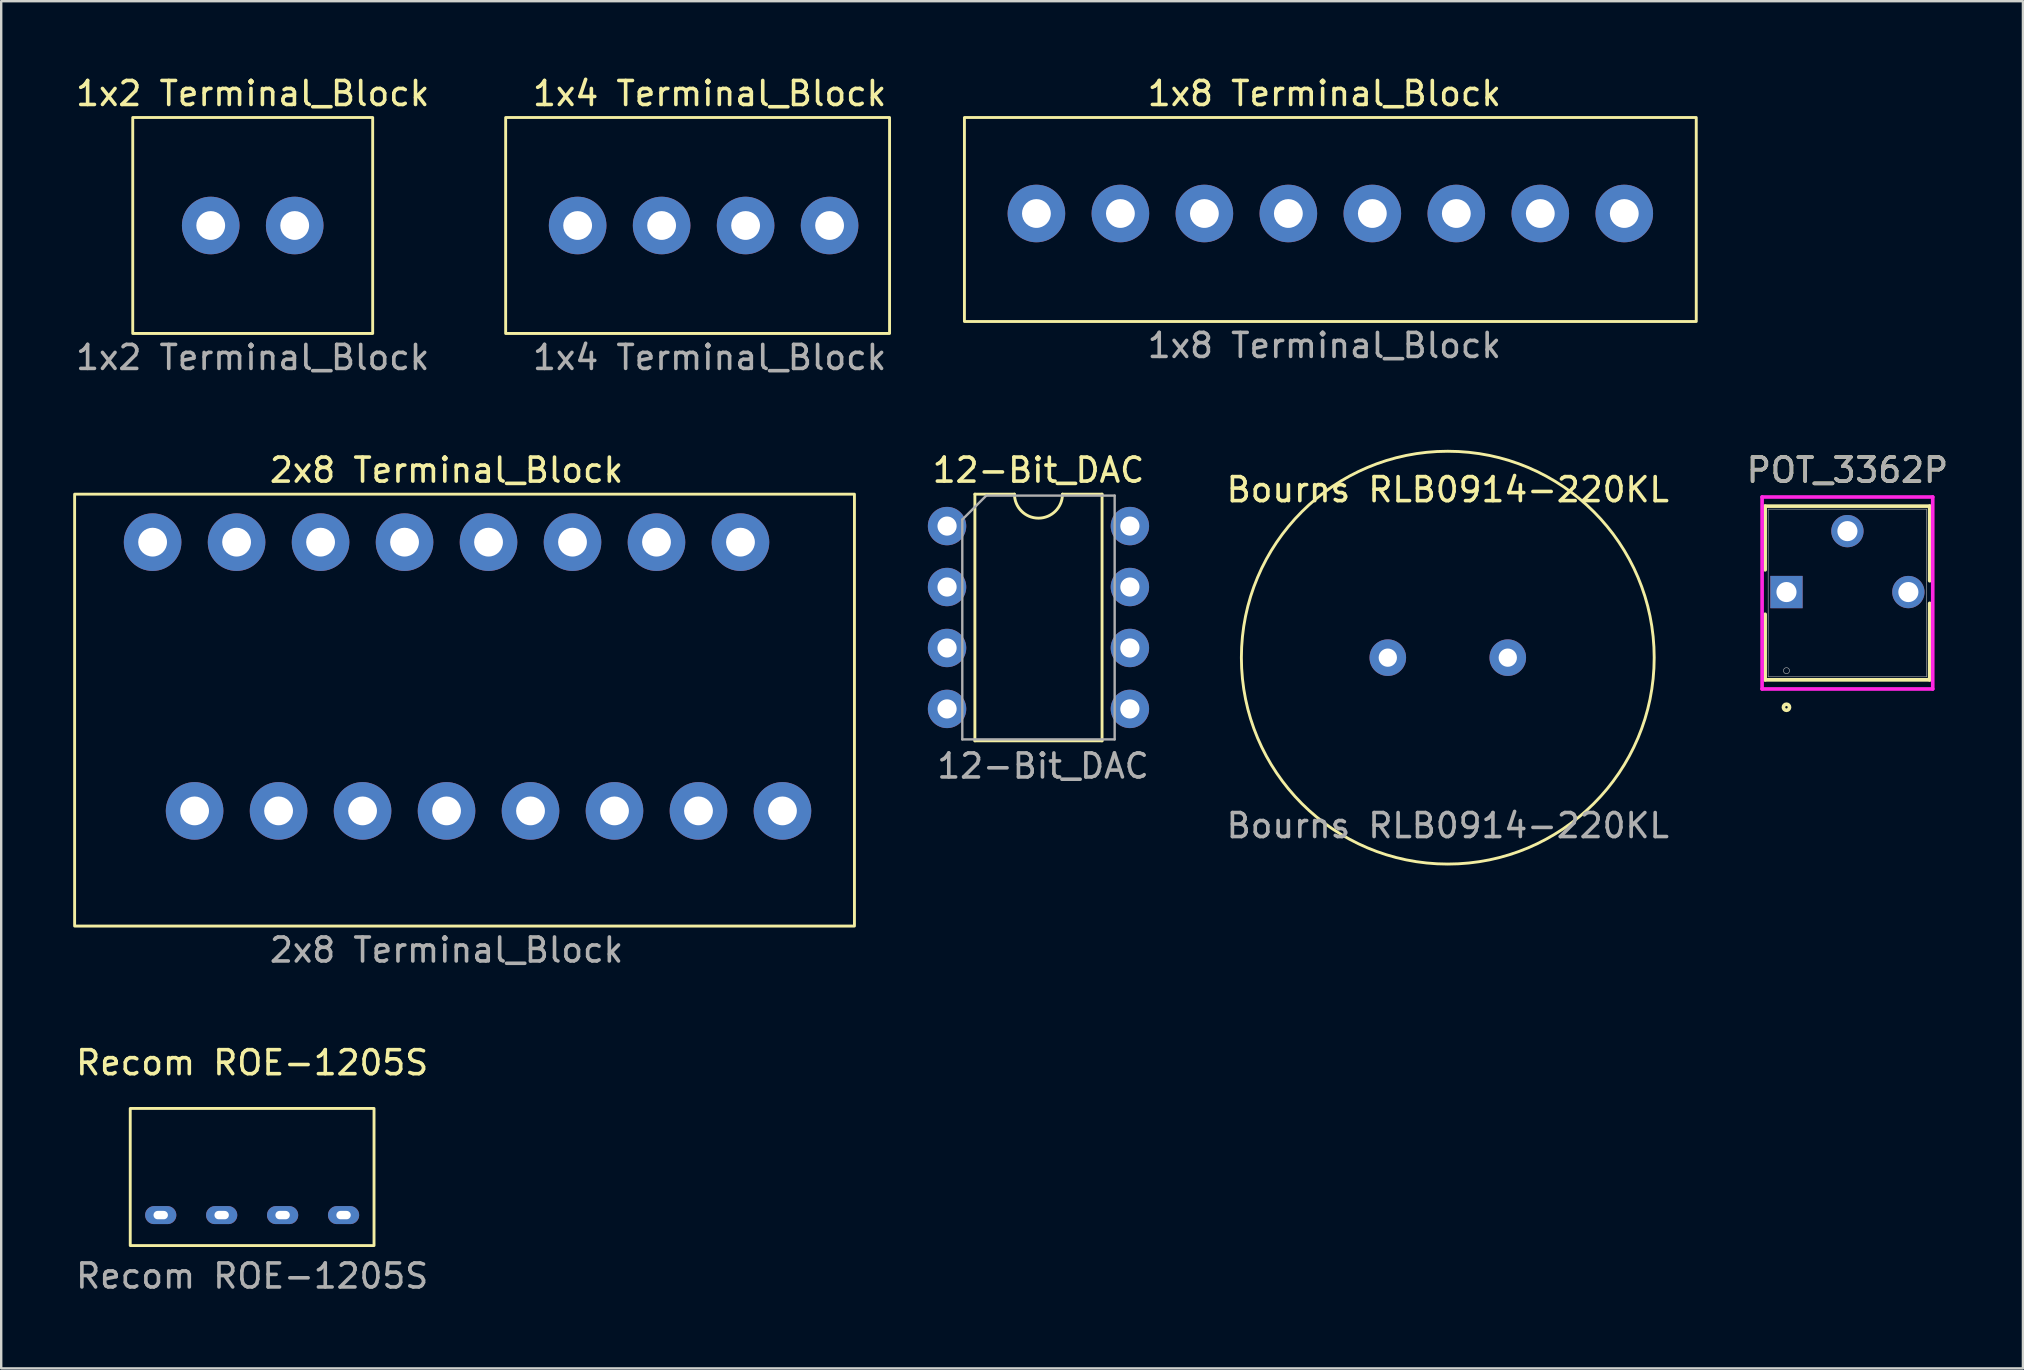
<source format=kicad_pcb>
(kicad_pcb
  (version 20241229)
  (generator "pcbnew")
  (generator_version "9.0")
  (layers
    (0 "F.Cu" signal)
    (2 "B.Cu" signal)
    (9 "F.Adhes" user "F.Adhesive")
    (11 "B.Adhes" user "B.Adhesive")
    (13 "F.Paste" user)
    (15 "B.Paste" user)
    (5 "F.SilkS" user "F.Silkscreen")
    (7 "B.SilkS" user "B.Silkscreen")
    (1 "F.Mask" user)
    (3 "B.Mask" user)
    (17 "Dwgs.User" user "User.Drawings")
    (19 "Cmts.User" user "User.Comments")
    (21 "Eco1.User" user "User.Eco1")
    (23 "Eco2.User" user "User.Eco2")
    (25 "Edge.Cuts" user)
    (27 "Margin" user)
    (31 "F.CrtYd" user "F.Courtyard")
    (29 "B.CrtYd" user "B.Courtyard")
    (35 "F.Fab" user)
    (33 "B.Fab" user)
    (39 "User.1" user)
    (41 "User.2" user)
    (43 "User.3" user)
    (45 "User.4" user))
  (footprint "Recom ROE-1205S"
    (layer "F.Cu")
    (at 7.458 46.321)
    (property "Reference" "Recom ROE-1205S" (at 0 -5.08 0) (unlocked yes) (layer "F.SilkS") (effects (font (size 1 1) (thickness 0.15))))
    (attr through_hole)
    (fp_rect (start -5.08 2.54) (end 5.08 -3.175) (stroke (width 0.12) (type solid)) (fill no) (layer "F.SilkS"))
    (fp_text user "${REFERENCE}" (at 0 3.81 0) (unlocked yes) (layer "F.Fab") (effects (font (size 1 1) (thickness 0.15))))
    (pad "1" thru_hole oval (at -3.81 1.27) (size 1.3 0.75) (drill oval 0.6 0.35) (layers "*.Cu" "*.Mask"))
    (pad "2" thru_hole oval (at -1.27 1.27) (size 1.3 0.75) (drill oval 0.6 0.35) (layers "*.Cu" "*.Mask"))
    (pad "3" thru_hole oval (at 1.27 1.27) (size 1.3 0.75) (drill oval 0.6 0.35) (layers "*.Cu" "*.Mask"))
    (pad "4" thru_hole oval (at 3.81 1.27) (size 1.3 0.75) (drill oval 0.6 0.35) (layers "*.Cu" "*.Mask")))
  (footprint "Bourns RLB0914-220KL"
    (layer "F.Cu")
    (at 57.289 24.359)
    (property "Reference" "Bourns RLB0914-220KL" (at 0 -7 0) (unlocked yes) (layer "F.SilkS") (effects (font (size 1 1) (thickness 0.15))))
    (attr through_hole)
    (fp_circle (center 0 0) (end 7 5) (stroke (width 0.12) (type solid)) (fill no) (layer "F.SilkS"))
    (fp_text user "${REFERENCE}" (at 0 7 0) (unlocked yes) (layer "F.Fab") (effects (font (size 1 1) (thickness 0.15))))
    (pad "1" thru_hole circle (at -2.5 0) (size 1.524 1.524) (drill 0.762) (layers "*.Cu" "*.Mask"))
    (pad "2" thru_hole circle (at 2.5 0) (size 1.524 1.524) (drill 0.762) (layers "*.Cu" "*.Mask")))
  (footprint "1x8 Terminal_Block"
    (layer "F.Cu")
    (at 52.144 5.848)
    (property "Reference" "1x8 Terminal_Block" (at 0 -5 0) (unlocked yes) (layer "F.SilkS") (effects (font (size 1 1) (thickness 0.15))))
    (attr through_hole)
    (fp_rect (start -15 -4) (end 15.5 4.5) (stroke (width 0.12) (type solid)) (fill no) (layer "F.SilkS"))
    (fp_text user "${REFERENCE}" (at 0 5.5 0) (unlocked yes) (layer "F.Fab") (effects (font (size 1 1) (thickness 0.15))))
    (pad "1" thru_hole circle (at -12 0) (size 2.4 2.4) (drill 1.2) (layers "*.Cu" "*.Mask"))
    (pad "2" thru_hole circle (at -8.5 0) (size 2.4 2.4) (drill 1.2) (layers "*.Cu" "*.Mask"))
    (pad "3" thru_hole circle (at -5 0) (size 2.4 2.4) (drill 1.2) (layers "*.Cu" "*.Mask"))
    (pad "4" thru_hole circle (at -1.5 0) (size 2.4 2.4) (drill 1.2) (layers "*.Cu" "*.Mask"))
    (pad "5" thru_hole circle (at 2 0) (size 2.4 2.4) (drill 1.2) (layers "*.Cu" "*.Mask"))
    (pad "6" thru_hole circle (at 5.5 0) (size 2.4 2.4) (drill 1.2) (layers "*.Cu" "*.Mask"))
    (pad "7" thru_hole circle (at 9 0) (size 2.4 2.4) (drill 1.2) (layers "*.Cu" "*.Mask"))
    (pad "8" thru_hole circle (at 12.5 0) (size 2.4 2.4) (drill 1.2) (layers "*.Cu" "*.Mask")))
  (footprint "2x8 Terminal_Block"
    (layer "F.Cu")
    (at 15.56 26.545)
    (property "Reference" "2x8 Terminal_Block" (at 0 -10 0) (unlocked yes) (layer "F.SilkS") (effects (font (size 1 1) (thickness 0.15))))
    (attr through_hole)
    (fp_rect (start -15.5 -9) (end 17 9) (stroke (width 0.12) (type solid)) (fill no) (layer "F.SilkS"))
    (fp_text user "${REFERENCE}" (at 0 10 0) (unlocked yes) (layer "F.Fab") (effects (font (size 1 1) (thickness 0.15))))
    (pad "1" thru_hole circle (at -12.25 -7) (size 2.4 2.4) (drill 1.2) (layers "*.Cu" "*.Mask"))
    (pad "2" thru_hole circle (at -8.75 -7) (size 2.4 2.4) (drill 1.2) (layers "*.Cu" "*.Mask"))
    (pad "3" thru_hole circle (at -5.25 -7) (size 2.4 2.4) (drill 1.2) (layers "*.Cu" "*.Mask"))
    (pad "4" thru_hole circle (at -1.75 -7) (size 2.4 2.4) (drill 1.2) (layers "*.Cu" "*.Mask"))
    (pad "5" thru_hole circle (at 1.75 -7) (size 2.4 2.4) (drill 1.2) (layers "*.Cu" "*.Mask"))
    (pad "6" thru_hole circle (at 5.25 -7) (size 2.4 2.4) (drill 1.2) (layers "*.Cu" "*.Mask"))
    (pad "7" thru_hole circle (at 8.75 -7) (size 2.4 2.4) (drill 1.2) (layers "*.Cu" "*.Mask"))
    (pad "8" thru_hole circle (at 12.25 -7) (size 2.4 2.4) (drill 1.2) (layers "*.Cu" "*.Mask"))
    (pad "9" thru_hole circle (at -10.5 4.2) (size 2.4 2.4) (drill 1.2) (layers "*.Cu" "*.Mask"))
    (pad "10" thru_hole circle (at -7 4.2) (size 2.4 2.4) (drill 1.2) (layers "*.Cu" "*.Mask"))
    (pad "11" thru_hole circle (at -3.5 4.2) (size 2.4 2.4) (drill 1.2) (layers "*.Cu" "*.Mask"))
    (pad "12" thru_hole circle (at 0 4.2) (size 2.4 2.4) (drill 1.2) (layers "*.Cu" "*.Mask"))
    (pad "13" thru_hole circle (at 3.5 4.2) (size 2.4 2.4) (drill 1.2) (layers "*.Cu" "*.Mask"))
    (pad "14" thru_hole circle (at 7 4.2) (size 2.4 2.4) (drill 1.2) (layers "*.Cu" "*.Mask"))
    (pad "15" thru_hole circle (at 10.5 4.2) (size 2.4 2.4) (drill 1.2) (layers "*.Cu" "*.Mask"))
    (pad "16" thru_hole circle (at 14 4.2) (size 2.4 2.4) (drill 1.2) (layers "*.Cu" "*.Mask")))
  (footprint "1x2 Terminal_Block"
    (layer "F.Cu")
    (at 7.482 6.348)
    (property "Reference" "1x2 Terminal_Block" (at 0 -5.5 0) (unlocked yes) (layer "F.SilkS") (effects (font (size 1 1) (thickness 0.15))))
    (attr through_hole)
    (fp_rect (start -5 -4.5) (end 5 4.5) (stroke (width 0.12) (type solid)) (fill no) (layer "F.SilkS"))
    (fp_text user "${REFERENCE}" (at 0 5.5 0) (unlocked yes) (layer "F.Fab") (effects (font (size 1 1) (thickness 0.15))))
    (pad "1" thru_hole circle (at -1.75 0) (size 2.4 2.4) (drill 1.2) (layers "*.Cu" "*.Mask"))
    (pad "2" thru_hole circle (at 1.75 0) (size 2.4 2.4) (drill 1.2) (layers "*.Cu" "*.Mask")))
  (footprint "POT_3362P"
    (layer "F.Cu")
    (at 71.404 21.625)
    (property "Reference" "POT_3362P" (at 2.54 -5.08 0) (unlocked yes) (layer "F.SilkS") (effects (font (size 1 1) (thickness 0.15))))
    (attr through_hole)
    (fp_line (start -0.889 -3.581) (end -0.889 -0.926) (stroke (width 0.152) (type solid)) (layer "F.SilkS"))
    (fp_line (start -0.889 0.926) (end -0.889 3.658) (stroke (width 0.152) (type solid)) (layer "F.SilkS"))
    (fp_line (start -0.889 3.658) (end 5.969 3.658) (stroke (width 0.152) (type solid)) (layer "F.SilkS"))
    (fp_line (start 5.969 -3.581) (end -0.889 -3.581) (stroke (width 0.152) (type solid)) (layer "F.SilkS"))
    (fp_line (start 5.969 -0.471) (end 5.969 -3.581) (stroke (width 0.152) (type solid)) (layer "F.SilkS"))
    (fp_line (start 5.969 3.658) (end 5.969 0.471) (stroke (width 0.152) (type solid)) (layer "F.SilkS"))
    (fp_circle (center 0 4.801) (end 0.127 4.801) (stroke (width 0.152) (type solid)) (fill no) (layer "F.SilkS"))
    (fp_line (start -1.016 -3.962) (end 6.096 -3.962) (stroke (width 0.152) (type solid)) (layer "F.CrtYd"))
    (fp_line (start -1.016 4.039) (end -1.016 -3.962) (stroke (width 0.152) (type solid)) (layer "F.CrtYd"))
    (fp_line (start 6.096 -3.962) (end 6.096 4.039) (stroke (width 0.152) (type solid)) (layer "F.CrtYd"))
    (fp_line (start 6.096 4.039) (end -1.016 4.039) (stroke (width 0.152) (type solid)) (layer "F.CrtYd"))
    (fp_line (start -0.762 -3.454) (end -0.762 3.531) (stroke (width 0.025) (type solid)) (layer "F.Fab"))
    (fp_line (start -0.762 3.531) (end 5.842 3.531) (stroke (width 0.025) (type solid)) (layer "F.Fab"))
    (fp_line (start 5.842 -3.454) (end -0.762 -3.454) (stroke (width 0.025) (type solid)) (layer "F.Fab"))
    (fp_line (start 5.842 3.531) (end 5.842 -3.454) (stroke (width 0.025) (type solid)) (layer "F.Fab"))
    (fp_circle (center 0 3.277) (end 0.127 3.277) (stroke (width 0.025) (type solid)) (fill no) (layer "F.Fab"))
    (fp_text user "${REFERENCE}" (at 2.54 -5.08 0) (unlocked yes) (layer "F.Fab") (effects (font (size 1 1) (thickness 0.15))))
    (pad "1" thru_hole rect (at 0 0) (size 1.346 1.346) (drill 0.838) (layers "*.Cu" "*.Mask"))
    (pad "2" thru_hole circle (at 2.54 -2.54) (size 1.346 1.346) (drill 0.838) (layers "*.Cu" "*.Mask"))
    (pad "3" thru_hole circle (at 5.08 0) (size 1.346 1.346) (drill 0.838) (layers "*.Cu" "*.Mask")))
  (footprint "12-Bit_DAC"
    (layer "F.Cu")
    (at 36.42 18.875)
    (property "Reference" "12-Bit_DAC" (at 3.81 -2.33 0) (layer "F.SilkS") (effects (font (size 1 1) (thickness 0.15))))
    (attr through_hole)
    (fp_line (start 1.16 -1.33) (end 1.16 8.95) (stroke (width 0.12) (type solid)) (layer "F.SilkS"))
    (fp_line (start 1.16 8.95) (end 6.46 8.95) (stroke (width 0.12) (type solid)) (layer "F.SilkS"))
    (fp_line (start 2.81 -1.33) (end 1.16 -1.33) (stroke (width 0.12) (type solid)) (layer "F.SilkS"))
    (fp_line (start 6.46 -1.33) (end 4.81 -1.33) (stroke (width 0.12) (type solid)) (layer "F.SilkS"))
    (fp_line (start 6.46 8.95) (end 6.46 -1.33) (stroke (width 0.12) (type solid)) (layer "F.SilkS"))
    (fp_arc (start 4.81 -1.33) (mid 3.81 -0.33) (end 2.81 -1.33) (stroke (width 0.12) (type solid)) (layer "F.SilkS"))
    (fp_line (start 0.635 -0.27) (end 1.635 -1.27) (stroke (width 0.1) (type solid)) (layer "F.Fab"))
    (fp_line (start 0.635 8.89) (end 0.635 -0.27) (stroke (width 0.1) (type solid)) (layer "F.Fab"))
    (fp_line (start 1.635 -1.27) (end 6.985 -1.27) (stroke (width 0.1) (type solid)) (layer "F.Fab"))
    (fp_line (start 6.985 -1.27) (end 6.985 8.89) (stroke (width 0.1) (type solid)) (layer "F.Fab"))
    (fp_line (start 6.985 8.89) (end 0.635 8.89) (stroke (width 0.1) (type solid)) (layer "F.Fab"))
    (fp_text user "${REFERENCE}" (at 4 10 0) (layer "F.Fab") (effects (font (size 1 1) (thickness 0.15))))
    (pad "1" thru_hole circle (at 0 0) (size 1.6 1.6) (drill 0.8) (layers "*.Cu" "*.Mask"))
    (pad "2" thru_hole oval (at 0 2.54) (size 1.6 1.6) (drill 0.8) (layers "*.Cu" "*.Mask"))
    (pad "3" thru_hole oval (at 0 5.08) (size 1.6 1.6) (drill 0.8) (layers "*.Cu" "*.Mask"))
    (pad "4" thru_hole oval (at 0 7.62) (size 1.6 1.6) (drill 0.8) (layers "*.Cu" "*.Mask"))
    (pad "5" thru_hole oval (at 7.62 7.62) (size 1.6 1.6) (drill 0.8) (layers "*.Cu" "*.Mask"))
    (pad "6" thru_hole oval (at 7.62 5.08) (size 1.6 1.6) (drill 0.8) (layers "*.Cu" "*.Mask"))
    (pad "7" thru_hole oval (at 7.62 2.54) (size 1.6 1.6) (drill 0.8) (layers "*.Cu" "*.Mask"))
    (pad "8" thru_hole oval (at 7.62 0) (size 1.6 1.6) (drill 0.8) (layers "*.Cu" "*.Mask")))
  (footprint "1x4 Terminal_Block"
    (layer "F.Cu")
    (at 26.524 6.348)
    (property "Reference" "1x4 Terminal_Block" (at 0 -5.5 0) (unlocked yes) (layer "F.SilkS") (effects (font (size 1 1) (thickness 0.15))))
    (attr through_hole)
    (fp_rect (start -8.5 -4.5) (end 7.5 4.5) (stroke (width 0.12) (type solid)) (fill no) (layer "F.SilkS"))
    (fp_text user "${REFERENCE}" (at 0 5.5 0) (unlocked yes) (layer "F.Fab") (effects (font (size 1 1) (thickness 0.15))))
    (pad "1" thru_hole circle (at -5.5 0) (size 2.4 2.4) (drill 1.2) (layers "*.Cu" "*.Mask"))
    (pad "2" thru_hole circle (at -2 0) (size 2.4 2.4) (drill 1.2) (layers "*.Cu" "*.Mask"))
    (pad "3" thru_hole circle (at 1.5 0) (size 2.4 2.4) (drill 1.2) (layers "*.Cu" "*.Mask"))
    (pad "4" thru_hole circle (at 5 0) (size 2.4 2.4) (drill 1.2) (layers "*.Cu" "*.Mask")))
  (gr_rect
    (start -3 -3)
    (end 81.259 53.98)
    (stroke (width 0.1) (type default))
    (fill no)
    (layer "Edge.Cuts")))
</source>
